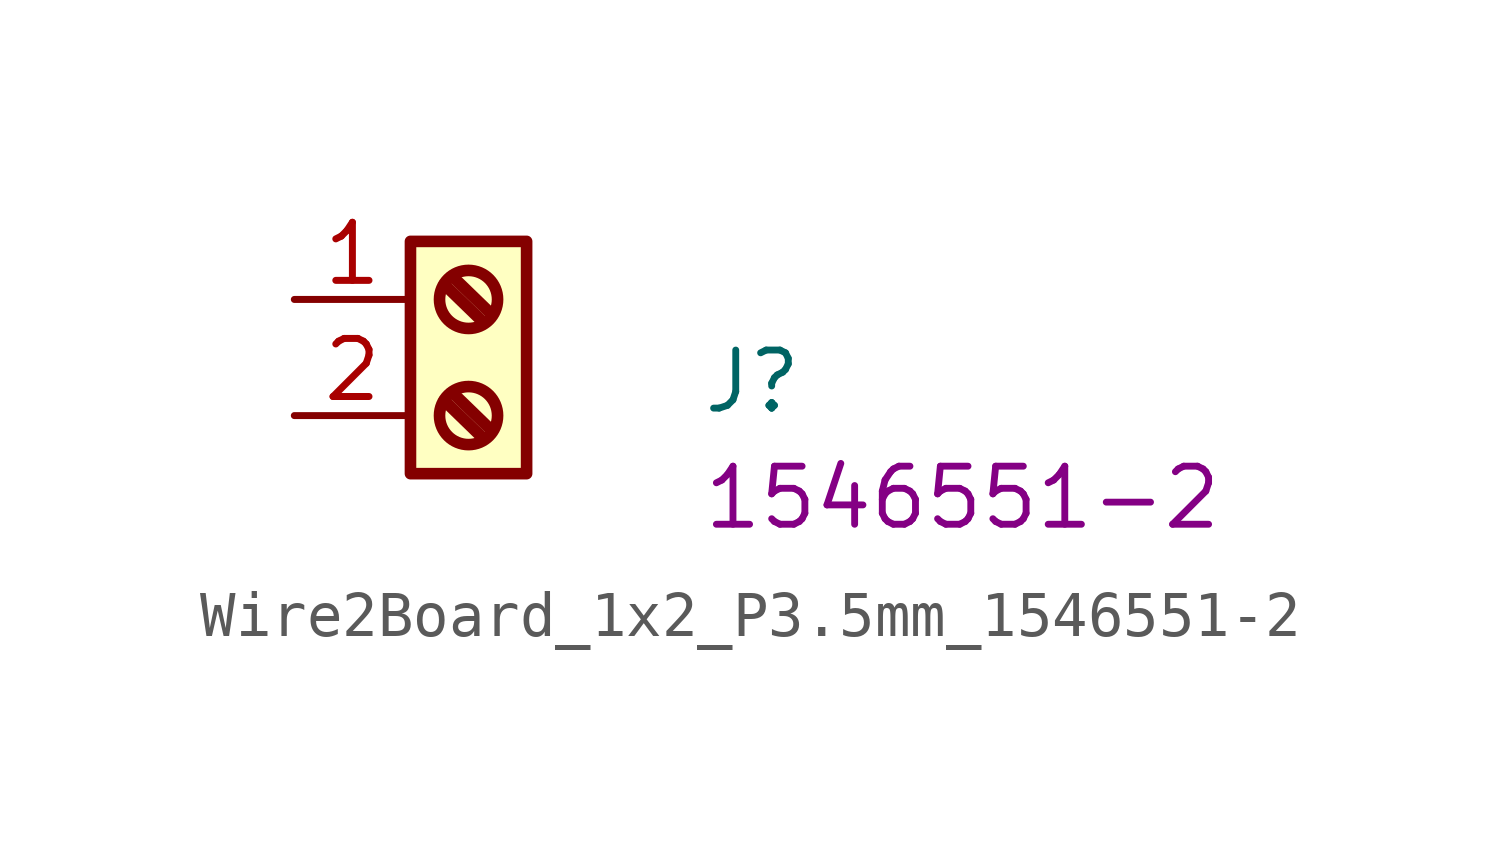
<source format=kicad_sym>
(kicad_symbol_lib
  (version 20220914)
  (generator kicad_symbol_editor)
  (symbol "Wire2Board_1x2_P3.5mm_1546551-2"
    (property "Reference" "J"
      (at 8.89 -2.54 0)
      (effects (font (size 1.27 1.27) (thickness 0.15)) (justify left bottom)))
    (property "MPN" "1546551-2"
      (at 8.89 -5.08 0)
      (effects (font (size 1.27 1.27) (thickness 0.15)) (justify left bottom)))
    (symbol "Wire2Board_1x2_P3.5mm_1546551-2_1_1"
      (polyline (pts (xy 3.277 -2.21) (xy 4.14 -3.048)) (stroke (width 0.254) (type default)) (fill (type background)))
      (polyline (pts (xy 3.277 0.33) (xy 4.14 -0.508)) (stroke (width 0.254) (type default)) (fill (type background)))
      (polyline (pts (xy 3.454 -2.032) (xy 4.318 -2.87)) (stroke (width 0.254) (type default)) (fill (type background)))
      (polyline (pts (xy 3.454 0.508) (xy 4.318 -0.33)) (stroke (width 0.254) (type default)) (fill (type background)))
      (rectangle (start 2.54 1.27) (end 5.08 -3.81) (stroke (width 0.254) (type default)) (fill (type background)))
      (circle (center 3.81 -2.54) (radius 0.635) (stroke (width 0.254) (type default)) (fill (type background)))
      (circle (center 3.81 0) (radius 0.635) (stroke (width 0.254) (type default)) (fill (type background)))
      (pin passive line (at 0 0 0) (length 2.54) (name "~" (effects (font (size 1.27 1.27)))) (number "1" (effects (font (size 1.27 1.27)))))
      (pin passive line (at 0 -2.54 0) (length 2.54) (name "~" (effects (font (size 1.27 1.27)))) (number "2" (effects (font (size 1.27 1.27))))))))
</source>
